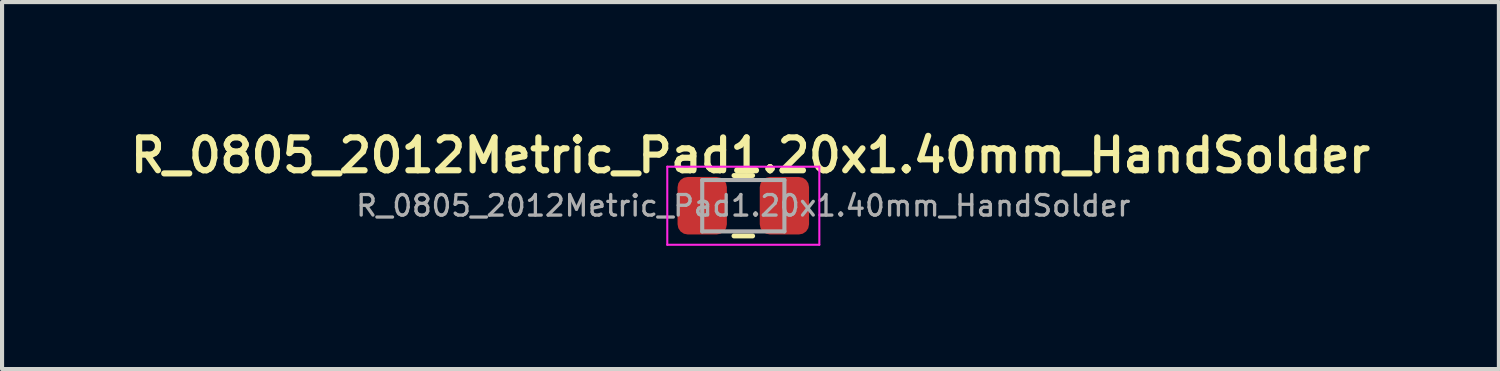
<source format=kicad_pcb>
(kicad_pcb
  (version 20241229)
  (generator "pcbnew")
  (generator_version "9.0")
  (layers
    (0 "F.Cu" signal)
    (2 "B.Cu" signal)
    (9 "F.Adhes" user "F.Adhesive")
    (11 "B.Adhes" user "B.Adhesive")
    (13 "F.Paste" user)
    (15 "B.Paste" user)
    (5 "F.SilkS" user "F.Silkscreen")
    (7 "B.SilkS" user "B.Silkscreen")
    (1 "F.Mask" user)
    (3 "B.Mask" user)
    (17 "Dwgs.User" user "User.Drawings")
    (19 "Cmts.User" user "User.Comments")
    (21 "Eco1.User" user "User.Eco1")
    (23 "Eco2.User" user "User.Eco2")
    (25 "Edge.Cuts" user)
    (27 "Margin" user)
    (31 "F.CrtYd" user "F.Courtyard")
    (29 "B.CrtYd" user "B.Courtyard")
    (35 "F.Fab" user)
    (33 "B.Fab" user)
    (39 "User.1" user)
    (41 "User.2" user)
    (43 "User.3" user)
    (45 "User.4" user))
  (footprint "R_0805_2012Metric_Pad1.20x1.40mm_HandSolder"
    (layer "F.Cu")
    (at 15.037 1.956)
    (property "Reference" "R_0805_2012Metric_Pad1.20x1.40mm_HandSolder" (at 0.175 -1.225 0) (layer "F.SilkS") (effects (font (size 0.8 0.8) (thickness 0.15))))
    (attr smd)
    (fp_line (start -0.227 -0.735) (end 0.227 -0.735) (stroke (width 0.12) (type solid)) (layer "F.SilkS"))
    (fp_line (start -0.227 0.735) (end 0.227 0.735) (stroke (width 0.12) (type solid)) (layer "F.SilkS"))
    (fp_line (start -1.85 -0.95) (end 1.85 -0.95) (stroke (width 0.05) (type solid)) (layer "F.CrtYd"))
    (fp_line (start -1.85 0.95) (end -1.85 -0.95) (stroke (width 0.05) (type solid)) (layer "F.CrtYd"))
    (fp_line (start 1.85 -0.95) (end 1.85 0.95) (stroke (width 0.05) (type solid)) (layer "F.CrtYd"))
    (fp_line (start 1.85 0.95) (end -1.85 0.95) (stroke (width 0.05) (type solid)) (layer "F.CrtYd"))
    (fp_line (start -1 -0.625) (end 1 -0.625) (stroke (width 0.1) (type solid)) (layer "F.Fab"))
    (fp_line (start -1 0.625) (end -1 -0.625) (stroke (width 0.1) (type solid)) (layer "F.Fab"))
    (fp_line (start 1 -0.625) (end 1 0.625) (stroke (width 0.1) (type solid)) (layer "F.Fab"))
    (fp_line (start 1 0.625) (end -1 0.625) (stroke (width 0.1) (type solid)) (layer "F.Fab"))
    (fp_text user "${REFERENCE}" (at 0 0 0) (layer "F.Fab") (effects (font (size 0.5 0.5) (thickness 0.08))))
    (pad "1" smd roundrect (at -1 0) (size 1.2 1.4) (layers "F.Cu" "F.Mask" "F.Paste") (roundrect_rratio 0.208))
    (pad "2" smd roundrect (at 1 0) (size 1.2 1.4) (layers "F.Cu" "F.Mask" "F.Paste") (roundrect_rratio 0.208)))
  (gr_rect
    (start -3 -3)
    (end 33.423 5.931)
    (stroke (width 0.1) (type default))
    (fill no)
    (layer "Edge.Cuts")))
</source>
